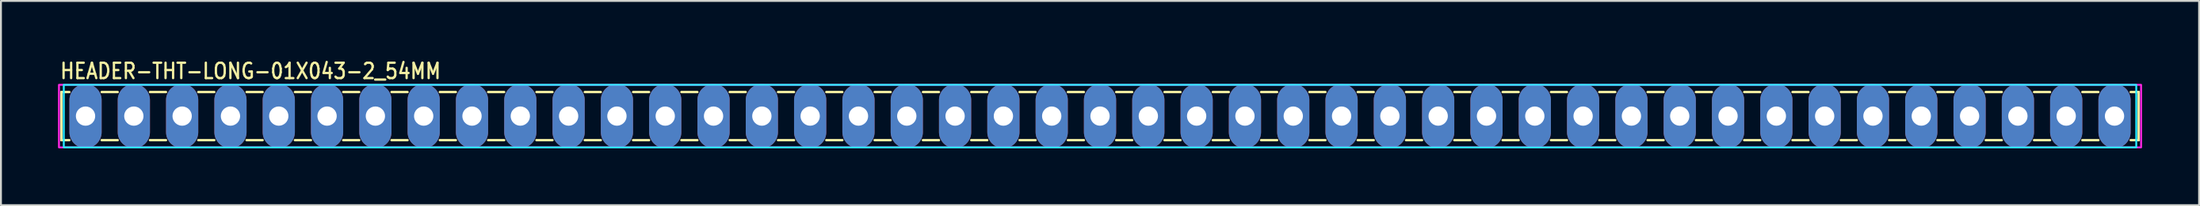
<source format=kicad_pcb>
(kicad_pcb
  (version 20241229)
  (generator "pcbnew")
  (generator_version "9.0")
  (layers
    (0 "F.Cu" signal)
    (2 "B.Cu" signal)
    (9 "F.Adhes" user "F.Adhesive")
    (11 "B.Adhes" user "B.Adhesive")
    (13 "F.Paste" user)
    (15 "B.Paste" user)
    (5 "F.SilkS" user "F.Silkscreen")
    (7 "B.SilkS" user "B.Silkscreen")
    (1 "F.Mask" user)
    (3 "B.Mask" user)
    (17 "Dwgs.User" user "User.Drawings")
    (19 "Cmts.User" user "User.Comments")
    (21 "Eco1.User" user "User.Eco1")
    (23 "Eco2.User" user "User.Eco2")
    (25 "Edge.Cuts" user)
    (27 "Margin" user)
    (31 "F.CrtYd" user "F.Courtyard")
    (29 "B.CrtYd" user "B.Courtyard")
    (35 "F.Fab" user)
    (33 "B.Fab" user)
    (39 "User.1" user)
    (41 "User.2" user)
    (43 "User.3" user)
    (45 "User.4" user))
  (footprint "HEADER-THT-LONG-01X043-2_54MM"
    (layer "F.Cu")
    (at 1.447 3.079)
    (property "Reference" "HEADER-THT-LONG-01X043-2_54MM" (at -1.4 -1.9 0) (unlocked yes) (layer "F.SilkS") (effects (font (size 0.813 0.695) (thickness 0.122)) (justify left bottom)))
    (fp_line (start -1.27 -1.27) (end -1.27 1.27) (stroke (width 0.127) (type solid)) (layer "F.SilkS"))
    (fp_line (start -1.27 1.27) (end -0.85 1.27) (stroke (width 0.127) (type solid)) (layer "F.SilkS"))
    (fp_line (start -0.85 -1.27) (end -1.27 -1.27) (stroke (width 0.127) (type solid)) (layer "F.SilkS"))
    (fp_line (start 0.85 -1.27) (end 1.69 -1.27) (stroke (width 0.127) (type solid)) (layer "F.SilkS"))
    (fp_line (start 0.85 1.27) (end 1.69 1.27) (stroke (width 0.127) (type solid)) (layer "F.SilkS"))
    (fp_line (start 3.39 -1.27) (end 4.23 -1.27) (stroke (width 0.127) (type solid)) (layer "F.SilkS"))
    (fp_line (start 3.39 1.27) (end 4.23 1.27) (stroke (width 0.127) (type solid)) (layer "F.SilkS"))
    (fp_line (start 5.93 -1.27) (end 6.77 -1.27) (stroke (width 0.127) (type solid)) (layer "F.SilkS"))
    (fp_line (start 5.93 1.27) (end 6.77 1.27) (stroke (width 0.127) (type solid)) (layer "F.SilkS"))
    (fp_line (start 8.47 -1.27) (end 9.31 -1.27) (stroke (width 0.127) (type solid)) (layer "F.SilkS"))
    (fp_line (start 8.47 1.27) (end 9.31 1.27) (stroke (width 0.127) (type solid)) (layer "F.SilkS"))
    (fp_line (start 11.01 -1.27) (end 11.85 -1.27) (stroke (width 0.127) (type solid)) (layer "F.SilkS"))
    (fp_line (start 11.01 1.27) (end 11.85 1.27) (stroke (width 0.127) (type solid)) (layer "F.SilkS"))
    (fp_line (start 13.55 -1.27) (end 14.39 -1.27) (stroke (width 0.127) (type solid)) (layer "F.SilkS"))
    (fp_line (start 13.55 1.27) (end 14.39 1.27) (stroke (width 0.127) (type solid)) (layer "F.SilkS"))
    (fp_line (start 16.09 -1.27) (end 16.93 -1.27) (stroke (width 0.127) (type solid)) (layer "F.SilkS"))
    (fp_line (start 16.09 1.27) (end 16.93 1.27) (stroke (width 0.127) (type solid)) (layer "F.SilkS"))
    (fp_line (start 18.63 -1.27) (end 19.47 -1.27) (stroke (width 0.127) (type solid)) (layer "F.SilkS"))
    (fp_line (start 18.63 1.27) (end 19.47 1.27) (stroke (width 0.127) (type solid)) (layer "F.SilkS"))
    (fp_line (start 21.17 -1.27) (end 22.01 -1.27) (stroke (width 0.127) (type solid)) (layer "F.SilkS"))
    (fp_line (start 21.17 1.27) (end 22.01 1.27) (stroke (width 0.127) (type solid)) (layer "F.SilkS"))
    (fp_line (start 23.71 -1.27) (end 24.55 -1.27) (stroke (width 0.127) (type solid)) (layer "F.SilkS"))
    (fp_line (start 23.71 1.27) (end 24.55 1.27) (stroke (width 0.127) (type solid)) (layer "F.SilkS"))
    (fp_line (start 26.25 -1.27) (end 27.09 -1.27) (stroke (width 0.127) (type solid)) (layer "F.SilkS"))
    (fp_line (start 26.25 1.27) (end 27.09 1.27) (stroke (width 0.127) (type solid)) (layer "F.SilkS"))
    (fp_line (start 28.79 -1.27) (end 29.63 -1.27) (stroke (width 0.127) (type solid)) (layer "F.SilkS"))
    (fp_line (start 28.79 1.27) (end 29.63 1.27) (stroke (width 0.127) (type solid)) (layer "F.SilkS"))
    (fp_line (start 31.33 -1.27) (end 32.17 -1.27) (stroke (width 0.127) (type solid)) (layer "F.SilkS"))
    (fp_line (start 31.33 1.27) (end 32.17 1.27) (stroke (width 0.127) (type solid)) (layer "F.SilkS"))
    (fp_line (start 33.87 -1.27) (end 34.71 -1.27) (stroke (width 0.127) (type solid)) (layer "F.SilkS"))
    (fp_line (start 33.87 1.27) (end 34.71 1.27) (stroke (width 0.127) (type solid)) (layer "F.SilkS"))
    (fp_line (start 36.41 -1.27) (end 37.25 -1.27) (stroke (width 0.127) (type solid)) (layer "F.SilkS"))
    (fp_line (start 36.41 1.27) (end 37.25 1.27) (stroke (width 0.127) (type solid)) (layer "F.SilkS"))
    (fp_line (start 38.95 -1.27) (end 39.79 -1.27) (stroke (width 0.127) (type solid)) (layer "F.SilkS"))
    (fp_line (start 38.95 1.27) (end 39.79 1.27) (stroke (width 0.127) (type solid)) (layer "F.SilkS"))
    (fp_line (start 41.49 -1.27) (end 42.33 -1.27) (stroke (width 0.127) (type solid)) (layer "F.SilkS"))
    (fp_line (start 41.49 1.27) (end 42.33 1.27) (stroke (width 0.127) (type solid)) (layer "F.SilkS"))
    (fp_line (start 44.03 -1.27) (end 44.87 -1.27) (stroke (width 0.127) (type solid)) (layer "F.SilkS"))
    (fp_line (start 44.03 1.27) (end 44.87 1.27) (stroke (width 0.127) (type solid)) (layer "F.SilkS"))
    (fp_line (start 46.57 -1.27) (end 47.41 -1.27) (stroke (width 0.127) (type solid)) (layer "F.SilkS"))
    (fp_line (start 46.57 1.27) (end 47.41 1.27) (stroke (width 0.127) (type solid)) (layer "F.SilkS"))
    (fp_line (start 49.11 -1.27) (end 49.95 -1.27) (stroke (width 0.127) (type solid)) (layer "F.SilkS"))
    (fp_line (start 49.11 1.27) (end 49.95 1.27) (stroke (width 0.127) (type solid)) (layer "F.SilkS"))
    (fp_line (start 51.65 -1.27) (end 52.49 -1.27) (stroke (width 0.127) (type solid)) (layer "F.SilkS"))
    (fp_line (start 51.65 1.27) (end 52.49 1.27) (stroke (width 0.127) (type solid)) (layer "F.SilkS"))
    (fp_line (start 54.19 -1.27) (end 55.03 -1.27) (stroke (width 0.127) (type solid)) (layer "F.SilkS"))
    (fp_line (start 54.19 1.27) (end 55.03 1.27) (stroke (width 0.127) (type solid)) (layer "F.SilkS"))
    (fp_line (start 56.73 -1.27) (end 57.57 -1.27) (stroke (width 0.127) (type solid)) (layer "F.SilkS"))
    (fp_line (start 56.73 1.27) (end 57.57 1.27) (stroke (width 0.127) (type solid)) (layer "F.SilkS"))
    (fp_line (start 59.27 -1.27) (end 60.11 -1.27) (stroke (width 0.127) (type solid)) (layer "F.SilkS"))
    (fp_line (start 59.27 1.27) (end 60.11 1.27) (stroke (width 0.127) (type solid)) (layer "F.SilkS"))
    (fp_line (start 61.81 -1.27) (end 62.65 -1.27) (stroke (width 0.127) (type solid)) (layer "F.SilkS"))
    (fp_line (start 61.81 1.27) (end 62.65 1.27) (stroke (width 0.127) (type solid)) (layer "F.SilkS"))
    (fp_line (start 64.35 -1.27) (end 65.19 -1.27) (stroke (width 0.127) (type solid)) (layer "F.SilkS"))
    (fp_line (start 64.35 1.27) (end 65.19 1.27) (stroke (width 0.127) (type solid)) (layer "F.SilkS"))
    (fp_line (start 66.89 -1.27) (end 67.73 -1.27) (stroke (width 0.127) (type solid)) (layer "F.SilkS"))
    (fp_line (start 66.89 1.27) (end 67.73 1.27) (stroke (width 0.127) (type solid)) (layer "F.SilkS"))
    (fp_line (start 69.43 -1.27) (end 70.27 -1.27) (stroke (width 0.127) (type solid)) (layer "F.SilkS"))
    (fp_line (start 69.43 1.27) (end 70.27 1.27) (stroke (width 0.127) (type solid)) (layer "F.SilkS"))
    (fp_line (start 71.97 -1.27) (end 72.81 -1.27) (stroke (width 0.127) (type solid)) (layer "F.SilkS"))
    (fp_line (start 71.97 1.27) (end 72.81 1.27) (stroke (width 0.127) (type solid)) (layer "F.SilkS"))
    (fp_line (start 74.51 -1.27) (end 75.35 -1.27) (stroke (width 0.127) (type solid)) (layer "F.SilkS"))
    (fp_line (start 74.51 1.27) (end 75.35 1.27) (stroke (width 0.127) (type solid)) (layer "F.SilkS"))
    (fp_line (start 77.05 -1.27) (end 77.89 -1.27) (stroke (width 0.127) (type solid)) (layer "F.SilkS"))
    (fp_line (start 77.05 1.27) (end 77.89 1.27) (stroke (width 0.127) (type solid)) (layer "F.SilkS"))
    (fp_line (start 79.59 -1.27) (end 80.43 -1.27) (stroke (width 0.127) (type solid)) (layer "F.SilkS"))
    (fp_line (start 79.59 1.27) (end 80.43 1.27) (stroke (width 0.127) (type solid)) (layer "F.SilkS"))
    (fp_line (start 82.13 -1.27) (end 82.97 -1.27) (stroke (width 0.127) (type solid)) (layer "F.SilkS"))
    (fp_line (start 82.13 1.27) (end 82.97 1.27) (stroke (width 0.127) (type solid)) (layer "F.SilkS"))
    (fp_line (start 84.67 -1.27) (end 85.51 -1.27) (stroke (width 0.127) (type solid)) (layer "F.SilkS"))
    (fp_line (start 84.67 1.27) (end 85.51 1.27) (stroke (width 0.127) (type solid)) (layer "F.SilkS"))
    (fp_line (start 87.21 -1.27) (end 88.05 -1.27) (stroke (width 0.127) (type solid)) (layer "F.SilkS"))
    (fp_line (start 87.21 1.27) (end 88.05 1.27) (stroke (width 0.127) (type solid)) (layer "F.SilkS"))
    (fp_line (start 89.75 -1.27) (end 90.59 -1.27) (stroke (width 0.127) (type solid)) (layer "F.SilkS"))
    (fp_line (start 89.75 1.27) (end 90.59 1.27) (stroke (width 0.127) (type solid)) (layer "F.SilkS"))
    (fp_line (start 92.29 -1.27) (end 93.13 -1.27) (stroke (width 0.127) (type solid)) (layer "F.SilkS"))
    (fp_line (start 92.29 1.27) (end 93.13 1.27) (stroke (width 0.127) (type solid)) (layer "F.SilkS"))
    (fp_line (start 94.83 -1.27) (end 95.67 -1.27) (stroke (width 0.127) (type solid)) (layer "F.SilkS"))
    (fp_line (start 94.83 1.27) (end 95.67 1.27) (stroke (width 0.127) (type solid)) (layer "F.SilkS"))
    (fp_line (start 97.37 -1.27) (end 98.21 -1.27) (stroke (width 0.127) (type solid)) (layer "F.SilkS"))
    (fp_line (start 97.37 1.27) (end 98.21 1.27) (stroke (width 0.127) (type solid)) (layer "F.SilkS"))
    (fp_line (start 99.91 -1.27) (end 100.75 -1.27) (stroke (width 0.127) (type solid)) (layer "F.SilkS"))
    (fp_line (start 99.91 1.27) (end 100.75 1.27) (stroke (width 0.127) (type solid)) (layer "F.SilkS"))
    (fp_line (start 102.45 -1.27) (end 103.29 -1.27) (stroke (width 0.127) (type solid)) (layer "F.SilkS"))
    (fp_line (start 102.45 1.27) (end 103.29 1.27) (stroke (width 0.127) (type solid)) (layer "F.SilkS"))
    (fp_line (start 104.99 -1.27) (end 105.83 -1.27) (stroke (width 0.127) (type solid)) (layer "F.SilkS"))
    (fp_line (start 104.99 1.27) (end 105.83 1.27) (stroke (width 0.127) (type solid)) (layer "F.SilkS"))
    (fp_line (start 107.53 -1.27) (end 107.95 -1.27) (stroke (width 0.127) (type solid)) (layer "F.SilkS"))
    (fp_line (start 107.95 -1.27) (end 107.95 1.27) (stroke (width 0.127) (type solid)) (layer "F.SilkS"))
    (fp_line (start 107.95 1.27) (end 107.53 1.27) (stroke (width 0.127) (type solid)) (layer "F.SilkS"))
    (fp_poly (pts (xy -1.143 -1.651) (xy 107.823 -1.651) (xy 107.823 1.651) (xy -1.143 1.651)) (stroke (width 0.1) (type solid)) (fill no) (layer "B.CrtYd"))
    (fp_poly (pts (xy -1.397 -1.651) (xy 108.077 -1.651) (xy 108.077 1.651) (xy -1.397 1.651)) (stroke (width 0.1) (type solid)) (fill no) (layer "F.CrtYd"))
    (pad "1" thru_hole oval (at 0 0 90) (size 3.387 1.693) (drill 1.016) (layers "*.Cu" "*.Mask"))
    (pad "2" thru_hole oval (at 2.54 0 90) (size 3.387 1.693) (drill 1.016) (layers "*.Cu" "*.Mask"))
    (pad "3" thru_hole oval (at 5.08 0 90) (size 3.387 1.693) (drill 1.016) (layers "*.Cu" "*.Mask"))
    (pad "4" thru_hole oval (at 7.62 0 90) (size 3.387 1.693) (drill 1.016) (layers "*.Cu" "*.Mask"))
    (pad "5" thru_hole oval (at 10.16 0 90) (size 3.387 1.693) (drill 1.016) (layers "*.Cu" "*.Mask"))
    (pad "6" thru_hole oval (at 12.7 0 90) (size 3.387 1.693) (drill 1.016) (layers "*.Cu" "*.Mask"))
    (pad "7" thru_hole oval (at 15.24 0 90) (size 3.387 1.693) (drill 1.016) (layers "*.Cu" "*.Mask"))
    (pad "8" thru_hole oval (at 17.78 0 90) (size 3.387 1.693) (drill 1.016) (layers "*.Cu" "*.Mask"))
    (pad "9" thru_hole oval (at 20.32 0 90) (size 3.387 1.693) (drill 1.016) (layers "*.Cu" "*.Mask"))
    (pad "10" thru_hole oval (at 22.86 0 90) (size 3.387 1.693) (drill 1.016) (layers "*.Cu" "*.Mask"))
    (pad "11" thru_hole oval (at 25.4 0 90) (size 3.387 1.693) (drill 1.016) (layers "*.Cu" "*.Mask"))
    (pad "12" thru_hole oval (at 27.94 0 90) (size 3.387 1.693) (drill 1.016) (layers "*.Cu" "*.Mask"))
    (pad "13" thru_hole oval (at 30.48 0 90) (size 3.387 1.693) (drill 1.016) (layers "*.Cu" "*.Mask"))
    (pad "14" thru_hole oval (at 33.02 0 90) (size 3.387 1.693) (drill 1.016) (layers "*.Cu" "*.Mask"))
    (pad "15" thru_hole oval (at 35.56 0 90) (size 3.387 1.693) (drill 1.016) (layers "*.Cu" "*.Mask"))
    (pad "16" thru_hole oval (at 38.1 0 90) (size 3.387 1.693) (drill 1.016) (layers "*.Cu" "*.Mask"))
    (pad "17" thru_hole oval (at 40.64 0 90) (size 3.387 1.693) (drill 1.016) (layers "*.Cu" "*.Mask"))
    (pad "18" thru_hole oval (at 43.18 0 90) (size 3.387 1.693) (drill 1.016) (layers "*.Cu" "*.Mask"))
    (pad "19" thru_hole oval (at 45.72 0 90) (size 3.387 1.693) (drill 1.016) (layers "*.Cu" "*.Mask"))
    (pad "20" thru_hole oval (at 48.26 0 90) (size 3.387 1.693) (drill 1.016) (layers "*.Cu" "*.Mask"))
    (pad "21" thru_hole oval (at 50.8 0 90) (size 3.387 1.693) (drill 1.016) (layers "*.Cu" "*.Mask"))
    (pad "22" thru_hole oval (at 53.34 0 90) (size 3.387 1.693) (drill 1.016) (layers "*.Cu" "*.Mask"))
    (pad "23" thru_hole oval (at 55.88 0 90) (size 3.387 1.693) (drill 1.016) (layers "*.Cu" "*.Mask"))
    (pad "24" thru_hole oval (at 58.42 0 90) (size 3.387 1.693) (drill 1.016) (layers "*.Cu" "*.Mask"))
    (pad "25" thru_hole oval (at 60.96 0 90) (size 3.387 1.693) (drill 1.016) (layers "*.Cu" "*.Mask"))
    (pad "26" thru_hole oval (at 63.5 0 90) (size 3.387 1.693) (drill 1.016) (layers "*.Cu" "*.Mask"))
    (pad "27" thru_hole oval (at 66.04 0 90) (size 3.387 1.693) (drill 1.016) (layers "*.Cu" "*.Mask"))
    (pad "28" thru_hole oval (at 68.58 0 90) (size 3.387 1.693) (drill 1.016) (layers "*.Cu" "*.Mask"))
    (pad "29" thru_hole oval (at 71.12 0 90) (size 3.387 1.693) (drill 1.016) (layers "*.Cu" "*.Mask"))
    (pad "30" thru_hole oval (at 73.66 0 90) (size 3.387 1.693) (drill 1.016) (layers "*.Cu" "*.Mask"))
    (pad "31" thru_hole oval (at 76.2 0 90) (size 3.387 1.693) (drill 1.016) (layers "*.Cu" "*.Mask"))
    (pad "32" thru_hole oval (at 78.74 0 90) (size 3.387 1.693) (drill 1.016) (layers "*.Cu" "*.Mask"))
    (pad "33" thru_hole oval (at 81.28 0 90) (size 3.387 1.693) (drill 1.016) (layers "*.Cu" "*.Mask"))
    (pad "34" thru_hole oval (at 83.82 0 90) (size 3.387 1.693) (drill 1.016) (layers "*.Cu" "*.Mask"))
    (pad "35" thru_hole oval (at 86.36 0 90) (size 3.387 1.693) (drill 1.016) (layers "*.Cu" "*.Mask"))
    (pad "36" thru_hole oval (at 88.9 0 90) (size 3.387 1.693) (drill 1.016) (layers "*.Cu" "*.Mask"))
    (pad "37" thru_hole oval (at 91.44 0 90) (size 3.387 1.693) (drill 1.016) (layers "*.Cu" "*.Mask"))
    (pad "38" thru_hole oval (at 93.98 0 90) (size 3.387 1.693) (drill 1.016) (layers "*.Cu" "*.Mask"))
    (pad "39" thru_hole oval (at 96.52 0 90) (size 3.387 1.693) (drill 1.016) (layers "*.Cu" "*.Mask"))
    (pad "40" thru_hole oval (at 99.06 0 90) (size 3.387 1.693) (drill 1.016) (layers "*.Cu" "*.Mask"))
    (pad "41" thru_hole oval (at 101.6 0 90) (size 3.387 1.693) (drill 1.016) (layers "*.Cu" "*.Mask"))
    (pad "42" thru_hole oval (at 104.14 0 90) (size 3.387 1.693) (drill 1.016) (layers "*.Cu" "*.Mask"))
    (pad "43" thru_hole oval (at 106.68 0 90) (size 3.387 1.693) (drill 1.016) (layers "*.Cu" "*.Mask")))
  (gr_rect
    (start -3 -3)
    (end 112.574 7.78)
    (stroke (width 0.1) (type default))
    (fill no)
    (layer "Edge.Cuts")))
</source>
